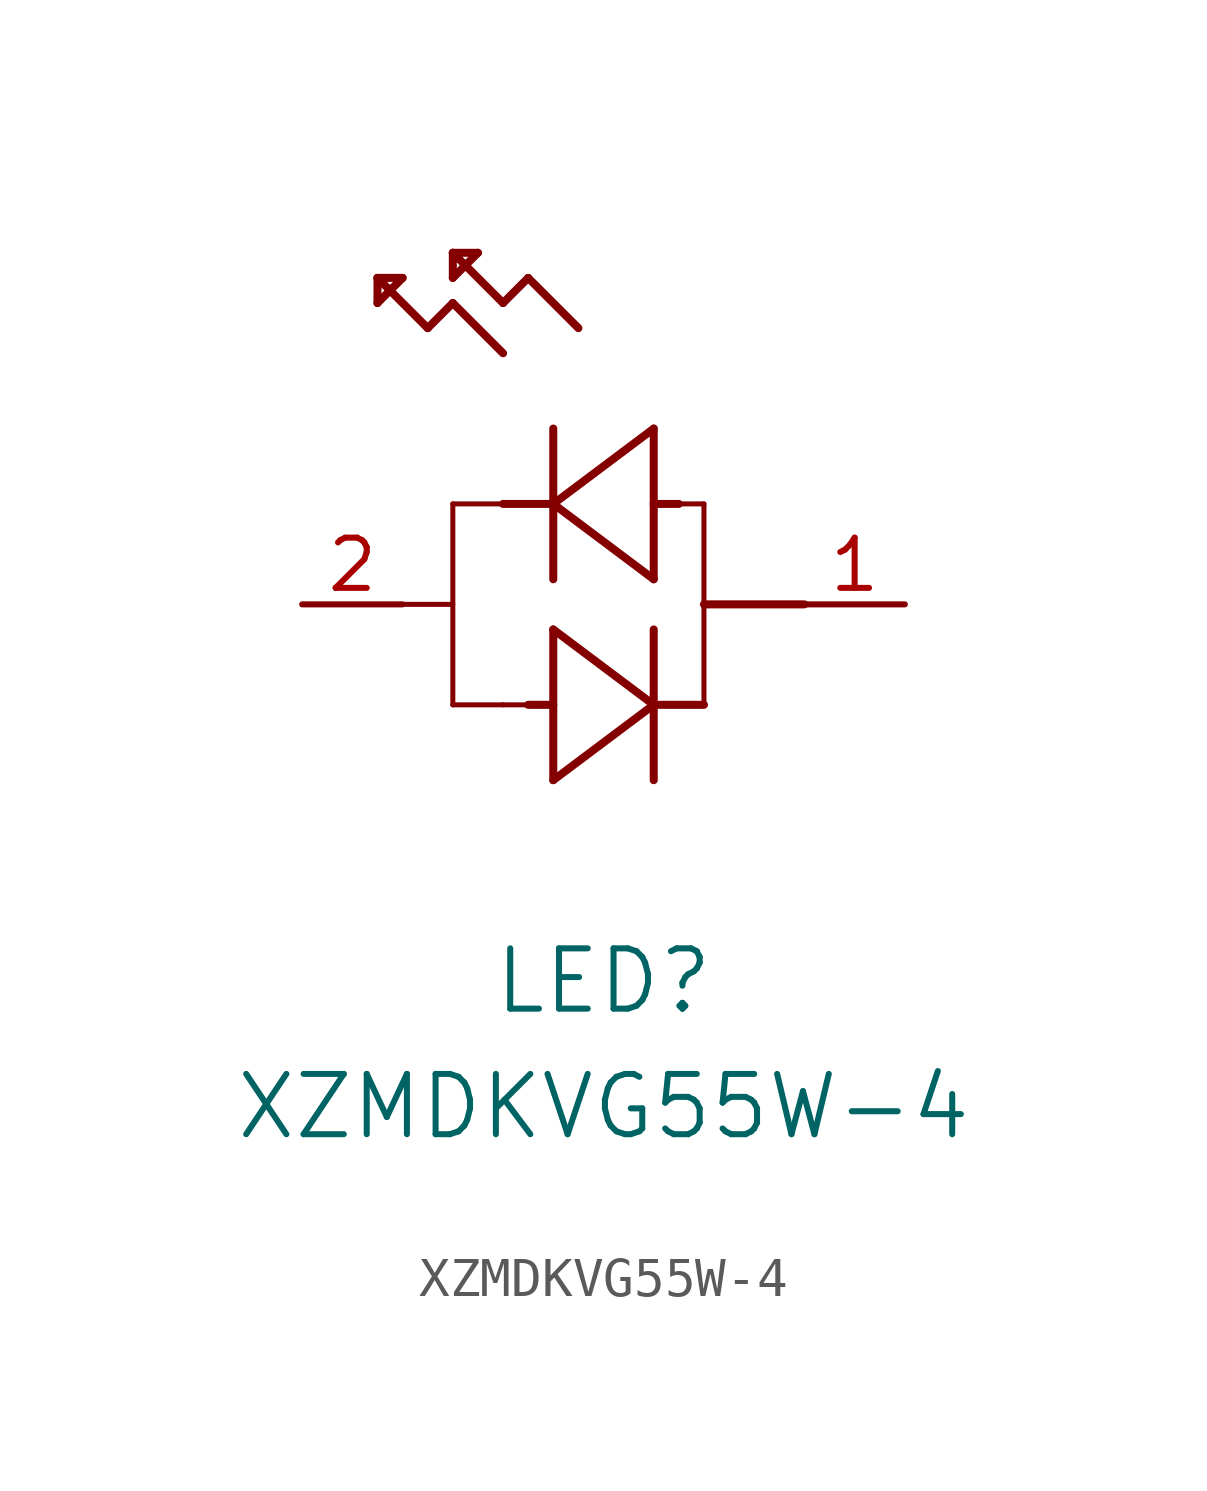
<source format=kicad_sym>
(kicad_symbol_lib
  (version 20211014)
  (generator kicad_symbol_editor)
  (symbol "XZMDKVG55W-4"
    (pin_names
      (offset 0.254))
    (property "Reference" "LED"
      (at -7.62 -9.525 0)
      (effects (font (size 1.524 1.524))))
    (property "Value" "XZMDKVG55W-4"
      (at -7.62 -12.7 0)
      (effects (font (size 1.524 1.524))))
    (symbol "XZMDKVG55W-4_0_1"
      (polyline (pts (xy -2.54 0) (xy -5.08 0)) (stroke (width 0.203) (type default) (color 0 0 0 0)) (fill (type none)))
      (polyline (pts (xy -6.35 4.445) (xy -6.35 0.635)) (stroke (width 0.203) (type default) (color 0 0 0 0)) (fill (type none)))
      (polyline (pts (xy -5.715 2.54) (xy -6.35 2.54)) (stroke (width 0.203) (type default) (color 0 0 0 0)) (fill (type none)))
      (polyline (pts (xy -8.89 0.635) (xy -8.89 4.445)) (stroke (width 0.203) (type default) (color 0 0 0 0)) (fill (type none)))
      (polyline (pts (xy -8.89 2.54) (xy -10.16 2.54)) (stroke (width 0.203) (type default) (color 0 0 0 0)) (fill (type none)))
      (polyline (pts (xy -9.525 8.255) (xy -10.16 7.62)) (stroke (width 0.203) (type default) (color 0 0 0 0)) (fill (type none)))
      (polyline (pts (xy -10.16 7.62) (xy -11.43 8.89)) (stroke (width 0.203) (type default) (color 0 0 0 0)) (fill (type none)))
      (polyline (pts (xy -11.43 7.62) (xy -12.065 6.985)) (stroke (width 0.203) (type default) (color 0 0 0 0)) (fill (type none)))
      (polyline (pts (xy -12.065 6.985) (xy -13.335 8.255)) (stroke (width 0.203) (type default) (color 0 0 0 0)) (fill (type none)))
      (polyline (pts (xy -11.43 8.89) (xy -10.795 8.89)) (stroke (width 0.203) (type default) (color 0 0 0 0)) (fill (type none)))
      (polyline (pts (xy -10.795 8.89) (xy -11.43 8.255)) (stroke (width 0.203) (type default) (color 0 0 0 0)) (fill (type none)))
      (polyline (pts (xy -11.43 8.255) (xy -11.43 8.89)) (stroke (width 0.203) (type default) (color 0 0 0 0)) (fill (type none)))
      (polyline (pts (xy -13.335 8.255) (xy -12.7 8.255)) (stroke (width 0.203) (type default) (color 0 0 0 0)) (fill (type none)))
      (polyline (pts (xy -12.7 8.255) (xy -13.335 7.62)) (stroke (width 0.203) (type default) (color 0 0 0 0)) (fill (type none)))
      (polyline (pts (xy -13.335 7.62) (xy -13.335 8.255)) (stroke (width 0.203) (type default) (color 0 0 0 0)) (fill (type none)))
      (polyline (pts (xy -10.16 6.35) (xy -11.43 7.62)) (stroke (width 0.203) (type default) (color 0 0 0 0)) (fill (type none)))
      (polyline (pts (xy -8.89 2.54) (xy -6.35 4.445)) (stroke (width 0.203) (type default) (color 0 0 0 0)) (fill (type none)))
      (polyline (pts (xy -6.35 0.635) (xy -8.89 2.54)) (stroke (width 0.203) (type default) (color 0 0 0 0)) (fill (type none)))
      (polyline (pts (xy -8.255 6.985) (xy -9.525 8.255)) (stroke (width 0.203) (type default) (color 0 0 0 0)) (fill (type none)))
      (polyline (pts (xy -5.08 0) (xy -5.08 -2.54)) (stroke (width 0.127) (type default) (color 0 0 0 0)) (fill (type none)))
      (polyline (pts (xy -5.08 0) (xy -5.08 2.54)) (stroke (width 0.127) (type default) (color 0 0 0 0)) (fill (type none)))
      (polyline (pts (xy -8.89 -0.635) (xy -8.89 -4.445)) (stroke (width 0.203) (type default) (color 0 0 0 0)) (fill (type none)))
      (polyline (pts (xy -9.525 -2.54) (xy -8.89 -2.54)) (stroke (width 0.203) (type default) (color 0 0 0 0)) (fill (type none)))
      (polyline (pts (xy -6.35 -4.445) (xy -6.35 -0.635)) (stroke (width 0.203) (type default) (color 0 0 0 0)) (fill (type none)))
      (polyline (pts (xy -6.35 -2.54) (xy -5.08 -2.54)) (stroke (width 0.203) (type default) (color 0 0 0 0)) (fill (type none)))
      (polyline (pts (xy -6.35 -2.54) (xy -8.89 -0.635)) (stroke (width 0.203) (type default) (color 0 0 0 0)) (fill (type none)))
      (polyline (pts (xy -8.89 -4.445) (xy -6.35 -2.54)) (stroke (width 0.203) (type default) (color 0 0 0 0)) (fill (type none)))
      (polyline (pts (xy -5.08 2.54) (xy -5.715 2.54)) (stroke (width 0.127) (type default) (color 0 0 0 0)) (fill (type none)))
      (polyline (pts (xy -9.525 -2.54) (xy -10.16 -2.54)) (stroke (width 0.127) (type default) (color 0 0 0 0)) (fill (type none)))
      (polyline (pts (xy -10.16 -2.54) (xy -11.43 -2.54)) (stroke (width 0.127) (type default) (color 0 0 0 0)) (fill (type none)))
      (polyline (pts (xy -11.43 -2.54) (xy -11.43 2.54)) (stroke (width 0.127) (type default) (color 0 0 0 0)) (fill (type none)))
      (polyline (pts (xy -11.43 2.54) (xy -10.16 2.54)) (stroke (width 0.127) (type default) (color 0 0 0 0)) (fill (type none)))
      (polyline (pts (xy -12.7 0) (xy -11.43 0)) (stroke (width 0.127) (type default) (color 0 0 0 0)) (fill (type none)))
      (pin unspecified line (at 0 0 180) (length 2.54) (name "" (effects (font (size 1.27 1.27)))) (number "1" (effects (font (size 1.27 1.27)))))
      (pin unspecified line (at -15.24 0 0) (length 2.54) (name "" (effects (font (size 1.27 1.27)))) (number "2" (effects (font (size 1.27 1.27))))))))
</source>
